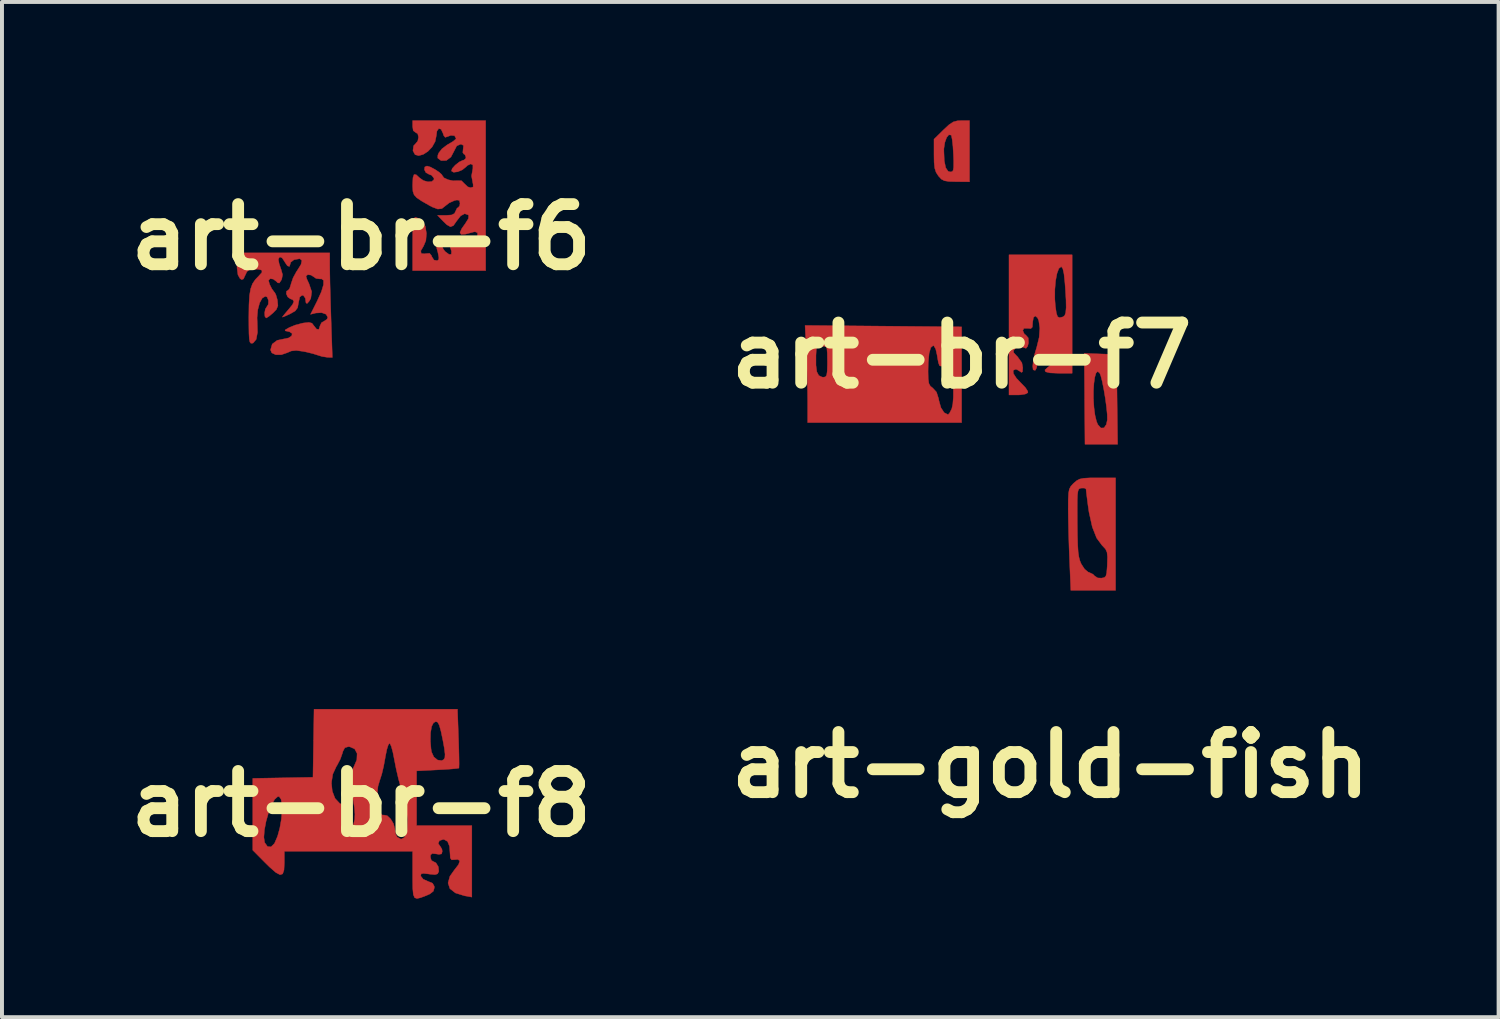
<source format=kicad_pcb>
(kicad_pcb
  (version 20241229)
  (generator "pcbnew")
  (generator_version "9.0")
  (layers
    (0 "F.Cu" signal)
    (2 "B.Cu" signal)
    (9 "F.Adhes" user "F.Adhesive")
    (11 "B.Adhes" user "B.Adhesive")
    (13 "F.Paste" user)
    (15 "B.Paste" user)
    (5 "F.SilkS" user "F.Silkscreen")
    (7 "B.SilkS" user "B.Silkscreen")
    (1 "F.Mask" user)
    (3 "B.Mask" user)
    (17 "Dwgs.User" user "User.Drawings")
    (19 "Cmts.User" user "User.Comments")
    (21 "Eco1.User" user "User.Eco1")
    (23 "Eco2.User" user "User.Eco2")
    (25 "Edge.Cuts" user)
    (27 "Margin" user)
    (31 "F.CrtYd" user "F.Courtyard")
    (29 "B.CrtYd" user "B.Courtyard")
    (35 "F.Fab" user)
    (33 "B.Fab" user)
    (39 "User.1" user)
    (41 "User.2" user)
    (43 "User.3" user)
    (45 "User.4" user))
  (footprint "art-gold-fish"
    (layer "F.Cu")
    (at 23.56 16.328)
    (property "Reference" "art-gold-fish" (at 0 0 0) (layer "F.SilkS") (effects (font (size 1.524 1.524) (thickness 0.3))))
    (attr through_hole)
    (fp_poly (pts (xy 0.82 -0.38) (xy 0.803 -0.32) (xy 0.807 -0.255) (xy 0.863 -0.241) (xy 0.92 -0.227) (xy 0.889 -0.187) (xy 0.775 -0.128) (xy 0.621 -0.066) (xy 0.472 0.002) (xy 0.334 0.087) (xy 0.222 0.173) (xy 0.154 0.248) (xy 0.144 0.297) (xy 0.184 0.309) (xy 0.275 0.322) (xy 0.283 0.353) (xy 0.221 0.391) (xy 0.101 0.425) (xy 0.046 0.434) (xy -0.154 0.464) (xy -0.356 0.502) (xy -0.401 0.512) (xy -0.533 0.54) (xy -0.615 0.555) (xy -0.626 0.555) (xy -0.679 0.537) (xy -0.779 0.501) (xy -0.892 0.433) (xy -0.908 0.348) (xy -0.825 0.245) (xy -0.645 0.127) (xy -0.465 0.036) (xy -0.301 -0.043) (xy -0.165 -0.116) (xy -0.103 -0.153) (xy -0.024 -0.19) (xy 0.028 -0.149) (xy 0.031 -0.144) (xy 0.107 -0.108) (xy 0.235 -0.123) (xy 0.387 -0.179) (xy 0.538 -0.268) (xy 0.64 -0.357) (xy 0.739 -0.439) (xy 0.805 -0.445) (xy 0.82 -0.38)) (stroke (width 0.01) (type solid)) (fill yes) (layer "F.Mask")))
  (footprint "art-br-f6"
    (layer "F.Cu")
    (at 6.103 2.955)
    (property "Reference" "art-br-f6" (at 0 0 0) (layer "F.SilkS") (effects (font (size 1.524 1.524) (thickness 0.3))))
    (attr through_hole)
    (fp_poly (pts (xy -0.8 0.742) (xy -0.798 0.902) (xy -0.794 1.139) (xy -0.786 1.43) (xy -0.777 1.753) (xy -0.767 2.067) (xy -0.734 3.05) (xy -0.855 3.047) (xy -0.998 3.025) (xy -1.1 2.993) (xy -1.224 2.954) (xy -1.395 2.912) (xy -1.475 2.896) (xy -1.649 2.872) (xy -1.776 2.886) (xy -1.88 2.931) (xy -2.029 2.982) (xy -2.168 2.981) (xy -2.268 2.934) (xy -2.3 2.859) (xy -2.257 2.711) (xy -2.133 2.617) (xy -1.974 2.583) (xy -1.84 2.555) (xy -1.763 2.502) (xy -1.752 2.444) (xy -1.819 2.399) (xy -1.86 2.39) (xy -1.931 2.375) (xy -1.926 2.35) (xy -1.839 2.3) (xy -1.825 2.292) (xy -1.674 2.23) (xy -1.496 2.183) (xy -1.466 2.177) (xy -1.328 2.162) (xy -1.251 2.182) (xy -1.202 2.246) (xy -1.133 2.333) (xy -1.075 2.339) (xy -1.05 2.261) (xy -1.05 2.256) (xy -1.008 2.168) (xy -0.95 2.136) (xy -0.869 2.082) (xy -0.85 2.033) (xy -0.893 1.956) (xy -1.003 1.916) (xy -1.151 1.924) (xy -1.164 1.927) (xy -1.287 1.958) (xy -1.119 1.623) (xy -1.012 1.386) (xy -0.958 1.208) (xy -0.957 1.096) (xy -1.011 1.058) (xy -1.039 1.062) (xy -1.146 1.049) (xy -1.191 1.017) (xy -1.273 0.964) (xy -1.356 0.952) (xy -1.399 0.987) (xy -1.4 0.994) (xy -1.379 1.066) (xy -1.327 1.178) (xy -1.325 1.182) (xy -1.257 1.383) (xy -1.28 1.555) (xy -1.323 1.628) (xy -1.375 1.685) (xy -1.402 1.666) (xy -1.417 1.56) (xy -1.418 1.55) (xy -1.465 1.483) (xy -1.5 1.475) (xy -1.56 1.52) (xy -1.59 1.658) (xy -1.591 1.663) (xy -1.614 1.79) (xy -1.675 1.872) (xy -1.803 1.946) (xy -1.803 1.946) (xy -1.922 2) (xy -1.992 2.027) (xy -2 2.027) (xy -1.97 1.985) (xy -1.895 1.895) (xy -1.851 1.844) (xy -1.744 1.713) (xy -1.708 1.633) (xy -1.739 1.587) (xy -1.8 1.564) (xy -1.865 1.516) (xy -1.9 1.438) (xy -1.894 1.37) (xy -1.856 1.35) (xy -1.817 1.306) (xy -1.783 1.2) (xy -1.78 1.184) (xy -1.728 1.032) (xy -1.642 0.874) (xy -1.624 0.849) (xy -1.528 0.695) (xy -1.505 0.593) (xy -1.555 0.551) (xy -1.571 0.55) (xy -1.706 0.575) (xy -1.788 0.639) (xy -1.8 0.68) (xy -1.821 0.745) (xy -1.872 0.729) (xy -1.933 0.641) (xy -1.941 0.625) (xy -2.005 0.529) (xy -2.065 0.503) (xy -2.098 0.551) (xy -2.1 0.577) (xy -2.082 0.674) (xy -2.038 0.806) (xy -2.034 0.814) (xy -1.995 0.954) (xy -2.016 1.066) (xy -2.027 1.089) (xy -2.077 1.165) (xy -2.121 1.157) (xy -2.149 1.126) (xy -2.231 1.065) (xy -2.31 1.054) (xy -2.35 1.097) (xy -2.35 1.103) (xy -2.325 1.195) (xy -2.268 1.309) (xy -2.207 1.392) (xy -2.197 1.4) (xy -2.164 1.462) (xy -2.13 1.581) (xy -2.125 1.606) (xy -2.113 1.739) (xy -2.152 1.835) (xy -2.233 1.919) (xy -2.333 2.003) (xy -2.403 2.048) (xy -2.412 2.05) (xy -2.443 2.01) (xy -2.449 1.919) (xy -2.431 1.824) (xy -2.4 1.775) (xy -2.356 1.705) (xy -2.352 1.606) (xy -2.384 1.523) (xy -2.428 1.5) (xy -2.509 1.546) (xy -2.576 1.668) (xy -2.623 1.842) (xy -2.641 2.043) (xy -2.637 2.15) (xy -2.63 2.414) (xy -2.664 2.593) (xy -2.738 2.682) (xy -2.765 2.691) (xy -2.799 2.689) (xy -2.823 2.658) (xy -2.838 2.582) (xy -2.846 2.446) (xy -2.849 2.237) (xy -2.85 2.034) (xy -2.846 1.719) (xy -2.833 1.485) (xy -2.804 1.312) (xy -2.757 1.183) (xy -2.686 1.078) (xy -2.605 0.994) (xy -2.518 0.897) (xy -2.519 0.84) (xy -2.612 0.816) (xy -2.692 0.814) (xy -2.824 0.825) (xy -2.896 0.873) (xy -2.94 0.964) (xy -2.986 1.062) (xy -3.032 1.078) (xy -3.073 1.051) (xy -3.125 0.959) (xy -3.148 0.786) (xy -3.15 0.694) (xy -3.15 0.4) (xy -0.8 0.4) (xy -0.8 0.742)) (stroke (width 0.01) (type solid)) (fill yes) (layer "F.Cu"))
    (fp_poly (pts (xy 3.15 0.85) (xy 1.3 0.85) (xy 1.3 0.175) (xy 1.302 -0.102) (xy 1.307 -0.293) (xy 1.319 -0.413) (xy 1.338 -0.477) (xy 1.367 -0.499) (xy 1.375 -0.5) (xy 1.464 -0.467) (xy 1.55 -0.4) (xy 1.621 -0.27) (xy 1.65 -0.092) (xy 1.635 0.09) (xy 1.577 0.228) (xy 1.507 0.348) (xy 1.517 0.416) (xy 1.603 0.425) (xy 1.628 0.42) (xy 1.729 0.412) (xy 1.777 0.469) (xy 1.784 0.494) (xy 1.84 0.582) (xy 1.921 0.598) (xy 1.961 0.572) (xy 1.964 0.513) (xy 1.94 0.391) (xy 1.918 0.311) (xy 1.882 0.16) (xy 1.869 0.043) (xy 1.874 0.01) (xy 1.928 -0.038) (xy 1.996 -0.017) (xy 2.03 0.054) (xy 2.045 0.205) (xy 2.07 0.294) (xy 2.116 0.359) (xy 2.129 0.371) (xy 2.223 0.44) (xy 2.28 0.436) (xy 2.284 0.36) (xy 2.281 0.35) (xy 2.239 0.215) (xy 2.22 0.154) (xy 2.209 0.096) (xy 2.241 0.08) (xy 2.337 0.101) (xy 2.392 0.117) (xy 2.526 0.163) (xy 2.617 0.204) (xy 2.63 0.213) (xy 2.71 0.249) (xy 2.781 0.227) (xy 2.8 0.181) (xy 2.835 0.093) (xy 2.875 0.05) (xy 2.945 -0.039) (xy 2.944 -0.109) (xy 2.88 -0.135) (xy 2.837 -0.127) (xy 2.64 -0.074) (xy 2.529 -0.068) (xy 2.499 -0.115) (xy 2.546 -0.217) (xy 2.631 -0.337) (xy 2.713 -0.467) (xy 2.719 -0.547) (xy 2.709 -0.561) (xy 2.619 -0.592) (xy 2.515 -0.536) (xy 2.412 -0.403) (xy 2.411 -0.401) (xy 2.333 -0.29) (xy 2.258 -0.26) (xy 2.165 -0.313) (xy 2.075 -0.4) (xy 1.931 -0.55) (xy 2.145 -0.55) (xy 2.288 -0.56) (xy 2.36 -0.597) (xy 2.386 -0.65) (xy 2.425 -0.731) (xy 2.456 -0.75) (xy 2.491 -0.792) (xy 2.5 -0.855) (xy 2.486 -0.928) (xy 2.423 -0.939) (xy 2.362 -0.926) (xy 2.225 -0.865) (xy 2.136 -0.796) (xy 2.041 -0.721) (xy 1.938 -0.709) (xy 1.798 -0.761) (xy 1.723 -0.801) (xy 1.529 -0.912) (xy 1.405 -0.995) (xy 1.337 -1.07) (xy 1.307 -1.157) (xy 1.3 -1.276) (xy 1.3 -1.331) (xy 1.308 -1.503) (xy 1.336 -1.584) (xy 1.391 -1.578) (xy 1.475 -1.5) (xy 1.573 -1.431) (xy 1.688 -1.399) (xy 1.787 -1.407) (xy 1.84 -1.455) (xy 1.841 -1.488) (xy 1.784 -1.563) (xy 1.712 -1.591) (xy 1.636 -1.633) (xy 1.598 -1.707) (xy 1.608 -1.775) (xy 1.663 -1.8) (xy 1.747 -1.775) (xy 1.862 -1.715) (xy 1.971 -1.643) (xy 2.041 -1.579) (xy 2.05 -1.559) (xy 2.093 -1.501) (xy 2.198 -1.452) (xy 2.325 -1.425) (xy 2.425 -1.429) (xy 2.539 -1.426) (xy 2.609 -1.355) (xy 2.695 -1.273) (xy 2.768 -1.25) (xy 2.833 -1.269) (xy 2.832 -1.344) (xy 2.826 -1.363) (xy 2.792 -1.548) (xy 2.825 -1.733) (xy 2.826 -1.738) (xy 2.826 -1.826) (xy 2.77 -1.853) (xy 2.686 -1.812) (xy 2.653 -1.779) (xy 2.559 -1.703) (xy 2.442 -1.654) (xy 2.338 -1.641) (xy 2.283 -1.673) (xy 2.304 -1.738) (xy 2.381 -1.823) (xy 2.483 -1.903) (xy 2.577 -1.947) (xy 2.598 -1.95) (xy 2.644 -1.99) (xy 2.65 -2.025) (xy 2.622 -2.092) (xy 2.599 -2.1) (xy 2.571 -2.141) (xy 2.579 -2.225) (xy 2.589 -2.318) (xy 2.539 -2.349) (xy 2.509 -2.35) (xy 2.417 -2.309) (xy 2.354 -2.187) (xy 2.27 -2.027) (xy 2.155 -1.94) (xy 2.029 -1.937) (xy 2 -1.95) (xy 1.936 -2.001) (xy 1.939 -2.075) (xy 1.961 -2.13) (xy 2.043 -2.235) (xy 2.173 -2.334) (xy 2.21 -2.355) (xy 2.327 -2.425) (xy 2.394 -2.483) (xy 2.4 -2.498) (xy 2.362 -2.567) (xy 2.269 -2.576) (xy 2.202 -2.551) (xy 2.125 -2.526) (xy 2.085 -2.576) (xy 2.071 -2.624) (xy 2.021 -2.731) (xy 1.962 -2.749) (xy 1.915 -2.684) (xy 1.9 -2.57) (xy 1.87 -2.42) (xy 1.794 -2.283) (xy 1.687 -2.17) (xy 1.568 -2.093) (xy 1.453 -2.062) (xy 1.362 -2.087) (xy 1.31 -2.182) (xy 1.308 -2.195) (xy 1.325 -2.313) (xy 1.37 -2.36) (xy 1.43 -2.432) (xy 1.449 -2.531) (xy 1.429 -2.617) (xy 1.375 -2.65) (xy 1.315 -2.695) (xy 1.3 -2.8) (xy 1.3 -2.95) (xy 3.15 -2.95) (xy 3.15 0.85)) (stroke (width 0.01) (type solid)) (fill yes) (layer "F.Cu")))
  (footprint "art-br-f7"
    (layer "F.Cu")
    (at 21.31 5.955)
    (property "Reference" "art-br-f7" (at 0 0 0) (layer "F.SilkS") (effects (font (size 1.524 1.524) (thickness 0.3))))
    (attr through_hole)
    (fp_poly (pts (xy 3.516 -0.039) (xy 3.925 -0.025) (xy 3.938 1.113) (xy 3.952 2.25) (xy 3.538 2.25) (xy 3.125 2.249) (xy 3.116 1.098) (xy 3.115 0.9) (xy 3.34 0.9) (xy 3.34 1.108) (xy 3.353 1.317) (xy 3.378 1.509) (xy 3.417 1.67) (xy 3.45 1.75) (xy 3.528 1.837) (xy 3.606 1.834) (xy 3.666 1.749) (xy 3.691 1.63) (xy 3.689 1.498) (xy 3.67 1.306) (xy 3.64 1.084) (xy 3.602 0.858) (xy 3.562 0.656) (xy 3.523 0.507) (xy 3.498 0.447) (xy 3.447 0.405) (xy 3.405 0.445) (xy 3.373 0.552) (xy 3.351 0.709) (xy 3.34 0.9) (xy 3.115 0.9) (xy 3.107 -0.054) (xy 3.516 -0.039)) (stroke (width 0.01) (type solid)) (fill yes) (layer "F.Cu"))
    (fp_poly (pts (xy 0.2 -4.4) (xy -0.138 -4.403) (xy -0.322 -4.408) (xy -0.438 -4.427) (xy -0.515 -4.468) (xy -0.584 -4.543) (xy -0.588 -4.548) (xy -0.647 -4.639) (xy -0.681 -4.744) (xy -0.697 -4.894) (xy -0.7 -5.085) (xy -0.7 -5.197) (xy -0.45 -5.197) (xy -0.439 -4.931) (xy -0.403 -4.756) (xy -0.342 -4.666) (xy -0.289 -4.65) (xy -0.242 -4.657) (xy -0.214 -4.691) (xy -0.202 -4.77) (xy -0.201 -4.915) (xy -0.208 -5.096) (xy -0.22 -5.299) (xy -0.238 -5.464) (xy -0.258 -5.566) (xy -0.267 -5.583) (xy -0.324 -5.591) (xy -0.38 -5.521) (xy -0.425 -5.397) (xy -0.449 -5.241) (xy -0.45 -5.197) (xy -0.7 -5.197) (xy -0.7 -5.479) (xy -0.461 -5.714) (xy -0.32 -5.845) (xy -0.213 -5.916) (xy -0.107 -5.945) (xy -0.011 -5.95) (xy 0.2 -5.95) (xy 0.2 -4.4)) (stroke (width 0.01) (type solid)) (fill yes) (layer "F.Cu"))
    (fp_poly (pts (xy 3.9 5.95) (xy 2.766 5.95) (xy 2.733 5.162) (xy 2.721 4.84) (xy 2.711 4.504) (xy 2.704 4.188) (xy 2.7 3.929) (xy 2.7 3.887) (xy 2.929 3.887) (xy 2.93 4.186) (xy 2.93 4.231) (xy 2.934 4.556) (xy 2.941 4.799) (xy 2.952 4.976) (xy 2.971 5.106) (xy 2.998 5.204) (xy 3.03 5.281) (xy 3.114 5.41) (xy 3.203 5.486) (xy 3.225 5.493) (xy 3.328 5.542) (xy 3.367 5.583) (xy 3.447 5.635) (xy 3.542 5.64) (xy 3.613 5.626) (xy 3.654 5.589) (xy 3.675 5.506) (xy 3.687 5.354) (xy 3.69 5.287) (xy 3.695 5.103) (xy 3.683 4.986) (xy 3.646 4.905) (xy 3.575 4.827) (xy 3.559 4.812) (xy 3.42 4.624) (xy 3.31 4.344) (xy 3.227 3.971) (xy 3.202 3.8) (xy 3.178 3.614) (xy 3.16 3.468) (xy 3.152 3.389) (xy 3.152 3.384) (xy 3.109 3.358) (xy 3.038 3.359) (xy 2.997 3.367) (xy 2.967 3.389) (xy 2.948 3.437) (xy 2.936 3.527) (xy 2.93 3.672) (xy 2.929 3.887) (xy 2.7 3.887) (xy 2.7 3.872) (xy 2.701 3.642) (xy 2.709 3.488) (xy 2.728 3.388) (xy 2.763 3.318) (xy 2.82 3.254) (xy 2.84 3.234) (xy 2.914 3.171) (xy 2.989 3.131) (xy 3.091 3.11) (xy 3.246 3.101) (xy 3.44 3.1) (xy 3.9 3.1) (xy 3.9 5.95)) (stroke (width 0.01) (type solid)) (fill yes) (layer "F.Cu"))
    (fp_poly (pts (xy -1.983 -0.743) (xy -0.000007 -0.725) (xy -0.000004 0.487) (xy 0 1.7) (xy -3.9 1.7) (xy -3.9 1.158) (xy -3.903 0.887) (xy -3.91 0.559) (xy -3.92 0.247) (xy -3.69 0.247) (xy -3.668 0.413) (xy -3.618 0.508) (xy -3.536 0.547) (xy -3.494 0.55) (xy -3.447 0.54) (xy -3.419 0.497) (xy -3.405 0.405) (xy -0.85 0.405) (xy -0.846 0.592) (xy -0.83 0.706) (xy -0.793 0.775) (xy -0.73 0.826) (xy -0.637 0.927) (xy -0.583 1.094) (xy -0.576 1.138) (xy -0.525 1.321) (xy -0.442 1.449) (xy -0.344 1.498) (xy -0.305 1.458) (xy -0.254 1.359) (xy -0.249 1.348) (xy -0.223 1.228) (xy -0.209 1.048) (xy -0.209 0.837) (xy -0.219 0.621) (xy -0.239 0.429) (xy -0.268 0.289) (xy -0.295 0.235) (xy -0.368 0.204) (xy -0.449 0.238) (xy -0.517 0.272) (xy -0.56 0.258) (xy -0.589 0.179) (xy -0.617 0.021) (xy -0.622 -0.013) (xy -0.657 -0.166) (xy -0.704 -0.244) (xy -0.722 -0.25) (xy -0.781 -0.201) (xy -0.823 -0.056) (xy -0.845 0.184) (xy -0.85 0.405) (xy -3.405 0.405) (xy -3.405 0.402) (xy -3.4 0.234) (xy -3.4 0.145) (xy -3.403 -0.057) (xy -3.413 -0.176) (xy -3.435 -0.229) (xy -3.471 -0.233) (xy -3.475 -0.232) (xy -3.532 -0.238) (xy -3.55 -0.326) (xy -3.55 -0.331) (xy -3.57 -0.424) (xy -3.612 -0.438) (xy -3.651 -0.373) (xy -3.677 -0.21) (xy -3.69 -0.004) (xy -3.69 0.247) (xy -3.92 0.247) (xy -3.921 0.217) (xy -3.933 -0.072) (xy -3.966 -0.761) (xy -1.983 -0.743)) (stroke (width 0.01) (type solid)) (fill yes) (layer "F.Cu"))
    (fp_poly (pts (xy 2.8 0.45) (xy 2.45 0.45) (xy 2.241 0.441) (xy 2.128 0.414) (xy 2.109 0.368) (xy 2.182 0.3) (xy 2.2 0.288) (xy 2.286 0.206) (xy 2.285 0.137) (xy 2.201 0.101) (xy 2.175 0.1) (xy 2.081 0.083) (xy 2.05 0.05) (xy 2.01 0.02) (xy 1.975 0.02) (xy 1.93 0.06) (xy 1.92 0.161) (xy 1.92 0.21) (xy 1.9 0.31) (xy 1.87 0.372) (xy 1.85 0.375) (xy 1.811 0.363) (xy 1.801 0.275) (xy 1.816 0.13) (xy 1.856 -0.053) (xy 1.903 -0.21) (xy 1.964 -0.458) (xy 1.981 -0.692) (xy 1.954 -0.883) (xy 1.923 -0.953) (xy 1.866 -1.002) (xy 1.82 -0.962) (xy 1.8 -0.847) (xy 1.8 -0.832) (xy 1.792 -0.719) (xy 1.753 -0.681) (xy 1.675 -0.688) (xy 1.579 -0.688) (xy 1.55 -0.631) (xy 1.55 -0.629) (xy 1.59 -0.542) (xy 1.625 -0.518) (xy 1.688 -0.446) (xy 1.694 -0.318) (xy 1.671 -0.231) (xy 1.631 -0.182) (xy 1.557 -0.207) (xy 1.546 -0.214) (xy 1.458 -0.245) (xy 1.376 -0.197) (xy 1.364 -0.186) (xy 1.313 -0.123) (xy 1.32 -0.07) (xy 1.393 0.009) (xy 1.414 0.028) (xy 1.526 0.184) (xy 1.55 0.312) (xy 1.542 0.414) (xy 1.513 0.429) (xy 1.49 0.41) (xy 1.401 0.357) (xy 1.365 0.35) (xy 1.304 0.38) (xy 1.313 0.46) (xy 1.388 0.576) (xy 1.506 0.7) (xy 1.616 0.814) (xy 1.675 0.906) (xy 1.678 0.944) (xy 1.611 0.978) (xy 1.483 0.998) (xy 1.422 1) (xy 1.2 1) (xy 1.2 -1.43) (xy 2.361 -1.43) (xy 2.375 -1.249) (xy 2.4 -1.075) (xy 2.43 -0.984) (xy 2.48 -0.957) (xy 2.561 -0.977) (xy 2.571 -0.98) (xy 2.612 -1.014) (xy 2.637 -1.087) (xy 2.648 -1.212) (xy 2.645 -1.403) (xy 2.629 -1.674) (xy 2.617 -1.837) (xy 2.593 -2.066) (xy 2.563 -2.201) (xy 2.525 -2.25) (xy 2.521 -2.25) (xy 2.463 -2.204) (xy 2.416 -2.078) (xy 2.381 -1.893) (xy 2.362 -1.671) (xy 2.361 -1.43) (xy 1.2 -1.43) (xy 1.2 -2.55) (xy 2.8 -2.55) (xy 2.8 0.45)) (stroke (width 0.01) (type solid)) (fill yes) (layer "F.Cu")))
  (footprint "art-br-f8"
    (layer "F.Cu")
    (at 6.103 17.315)
    (property "Reference" "art-br-f8" (at 0 0 0) (layer "F.SilkS") (effects (font (size 1.524 1.524) (thickness 0.3))))
    (attr through_hole)
    (fp_poly (pts (xy 2.462 -1.663) (xy 2.47 -1.402) (xy 2.475 -1.18) (xy 2.477 -1.013) (xy 2.474 -0.92) (xy 2.472 -0.907) (xy 2.419 -0.898) (xy 2.287 -0.885) (xy 2.098 -0.872) (xy 1.928 -0.863) (xy 1.4 -0.836) (xy 1.4 0.55) (xy 2.8 0.55) (xy 2.8 2.361) (xy 2.612 2.327) (xy 2.384 2.256) (xy 2.244 2.146) (xy 2.197 2.003) (xy 2.244 1.833) (xy 2.35 1.683) (xy 2.464 1.535) (xy 2.495 1.442) (xy 2.445 1.406) (xy 2.375 1.412) (xy 2.288 1.417) (xy 2.254 1.368) (xy 2.249 1.281) (xy 2.234 1.073) (xy 2.185 0.951) (xy 2.098 0.902) (xy 2.069 0.9) (xy 1.977 0.932) (xy 1.948 1.002) (xy 1.997 1.073) (xy 2 1.075) (xy 2.042 1.146) (xy 2.05 1.202) (xy 2.034 1.266) (xy 1.965 1.278) (xy 1.9 1.267) (xy 1.795 1.256) (xy 1.755 1.292) (xy 1.75 1.344) (xy 1.773 1.428) (xy 1.807 1.45) (xy 1.891 1.493) (xy 1.951 1.592) (xy 1.963 1.706) (xy 1.961 1.713) (xy 1.932 1.771) (xy 1.868 1.791) (xy 1.739 1.78) (xy 1.714 1.776) (xy 1.577 1.76) (xy 1.516 1.771) (xy 1.506 1.815) (xy 1.508 1.831) (xy 1.566 1.906) (xy 1.687 1.961) (xy 1.688 1.961) (xy 1.805 2.009) (xy 1.848 2.087) (xy 1.85 2.121) (xy 1.826 2.21) (xy 1.738 2.28) (xy 1.649 2.32) (xy 1.507 2.374) (xy 1.41 2.397) (xy 1.35 2.375) (xy 1.317 2.295) (xy 1.303 2.145) (xy 1.3 1.913) (xy 1.3 1.8) (xy 1.3 1.2) (xy -1.95 1.2) (xy -1.95 1.5) (xy -1.959 1.675) (xy -1.993 1.773) (xy -2.059 1.794) (xy -2.166 1.737) (xy -2.321 1.602) (xy -2.439 1.486) (xy -2.75 1.172) (xy -2.75 0.845) (xy -2.469 0.845) (xy -2.449 0.977) (xy -2.377 1.079) (xy -2.288 1.088) (xy -2.201 1.002) (xy -2.195 0.99) (xy -2.121 0.817) (xy -2.065 0.613) (xy -2.027 0.397) (xy -2.008 0.191) (xy -2.01 0.011) (xy -2.034 -0.12) (xy -2.081 -0.186) (xy -2.117 -0.186) (xy -2.196 -0.115) (xy -2.276 0.03) (xy -2.351 0.224) (xy -2.413 0.441) (xy -2.454 0.656) (xy -2.469 0.845) (xy -2.75 0.845) (xy -2.75 -0.536) (xy -0.757 -0.536) (xy -0.736 -0.324) (xy -0.666 -0.141) (xy -0.549 -0.015) (xy -0.487 0.016) (xy -0.434 0.058) (xy -0.407 0.15) (xy -0.4 0.317) (xy -0.4 0.319) (xy -0.388 0.5) (xy -0.356 0.6) (xy -0.338 0.615) (xy -0.257 0.614) (xy -0.202 0.533) (xy -0.168 0.391) (xy -0.162 0.258) (xy -0.175 0.092) (xy -0.202 -0.081) (xy -0.238 -0.23) (xy -0.251 -0.261) (xy 0.402 -0.261) (xy 0.405 -0.072) (xy 0.43 0.097) (xy 0.474 0.223) (xy 0.535 0.284) (xy 0.574 0.282) (xy 0.656 0.298) (xy 0.743 0.381) (xy 0.815 0.501) (xy 0.849 0.631) (xy 0.85 0.647) (xy 0.872 0.77) (xy 0.911 0.841) (xy 1.007 0.894) (xy 1.088 0.852) (xy 1.147 0.719) (xy 1.161 0.65) (xy 1.173 0.384) (xy 1.126 0.049) (xy 1.019 -0.36) (xy 0.999 -0.425) (xy 0.942 -0.631) (xy 0.884 -0.881) (xy 0.837 -1.121) (xy 0.8 -1.308) (xy 0.761 -1.453) (xy 0.726 -1.53) (xy 0.718 -1.536) (xy 0.684 -1.499) (xy 0.646 -1.379) (xy 0.608 -1.192) (xy 0.604 -1.164) (xy 0.565 -0.953) (xy 0.519 -0.758) (xy 0.475 -0.62) (xy 0.471 -0.611) (xy 0.423 -0.448) (xy 0.402 -0.261) (xy -0.251 -0.261) (xy -0.278 -0.328) (xy -0.304 -0.35) (xy -0.33 -0.392) (xy -0.328 -0.499) (xy -0.301 -0.642) (xy -0.256 -0.793) (xy -0.199 -0.922) (xy -0.194 -0.931) (xy -0.114 -1.118) (xy -0.107 -1.277) (xy -0.168 -1.393) (xy -0.293 -1.448) (xy -0.331 -1.45) (xy -0.418 -1.423) (xy -0.468 -1.328) (xy -0.478 -1.288) (xy -0.531 -1.137) (xy -0.615 -0.976) (xy -0.632 -0.951) (xy -0.723 -0.754) (xy -0.757 -0.536) (xy -2.75 -0.536) (xy -2.75 -0.647) (xy -1.225 -0.675) (xy -1.211 -1.538) (xy -1.21 -1.603) (xy 1.749 -1.603) (xy 1.766 -1.394) (xy 1.779 -1.316) (xy 1.836 -1.191) (xy 1.932 -1.112) (xy 2.036 -1.097) (xy 2.088 -1.124) (xy 2.116 -1.172) (xy 2.121 -1.26) (xy 2.103 -1.408) (xy 2.068 -1.602) (xy 2.018 -1.841) (xy 1.975 -1.994) (xy 1.933 -2.071) (xy 1.885 -2.086) (xy 1.827 -2.052) (xy 1.781 -1.962) (xy 1.754 -1.803) (xy 1.749 -1.603) (xy -1.21 -1.603) (xy -1.198 -2.4) (xy 2.436 -2.4) (xy 2.462 -1.663)) (stroke (width 0.01) (type solid)) (fill yes) (layer "F.Cu")))
  (gr_rect
    (start -3 -3)
    (end 34.913 22.717)
    (stroke (width 0.1) (type default))
    (fill no)
    (layer "Edge.Cuts")))
</source>
